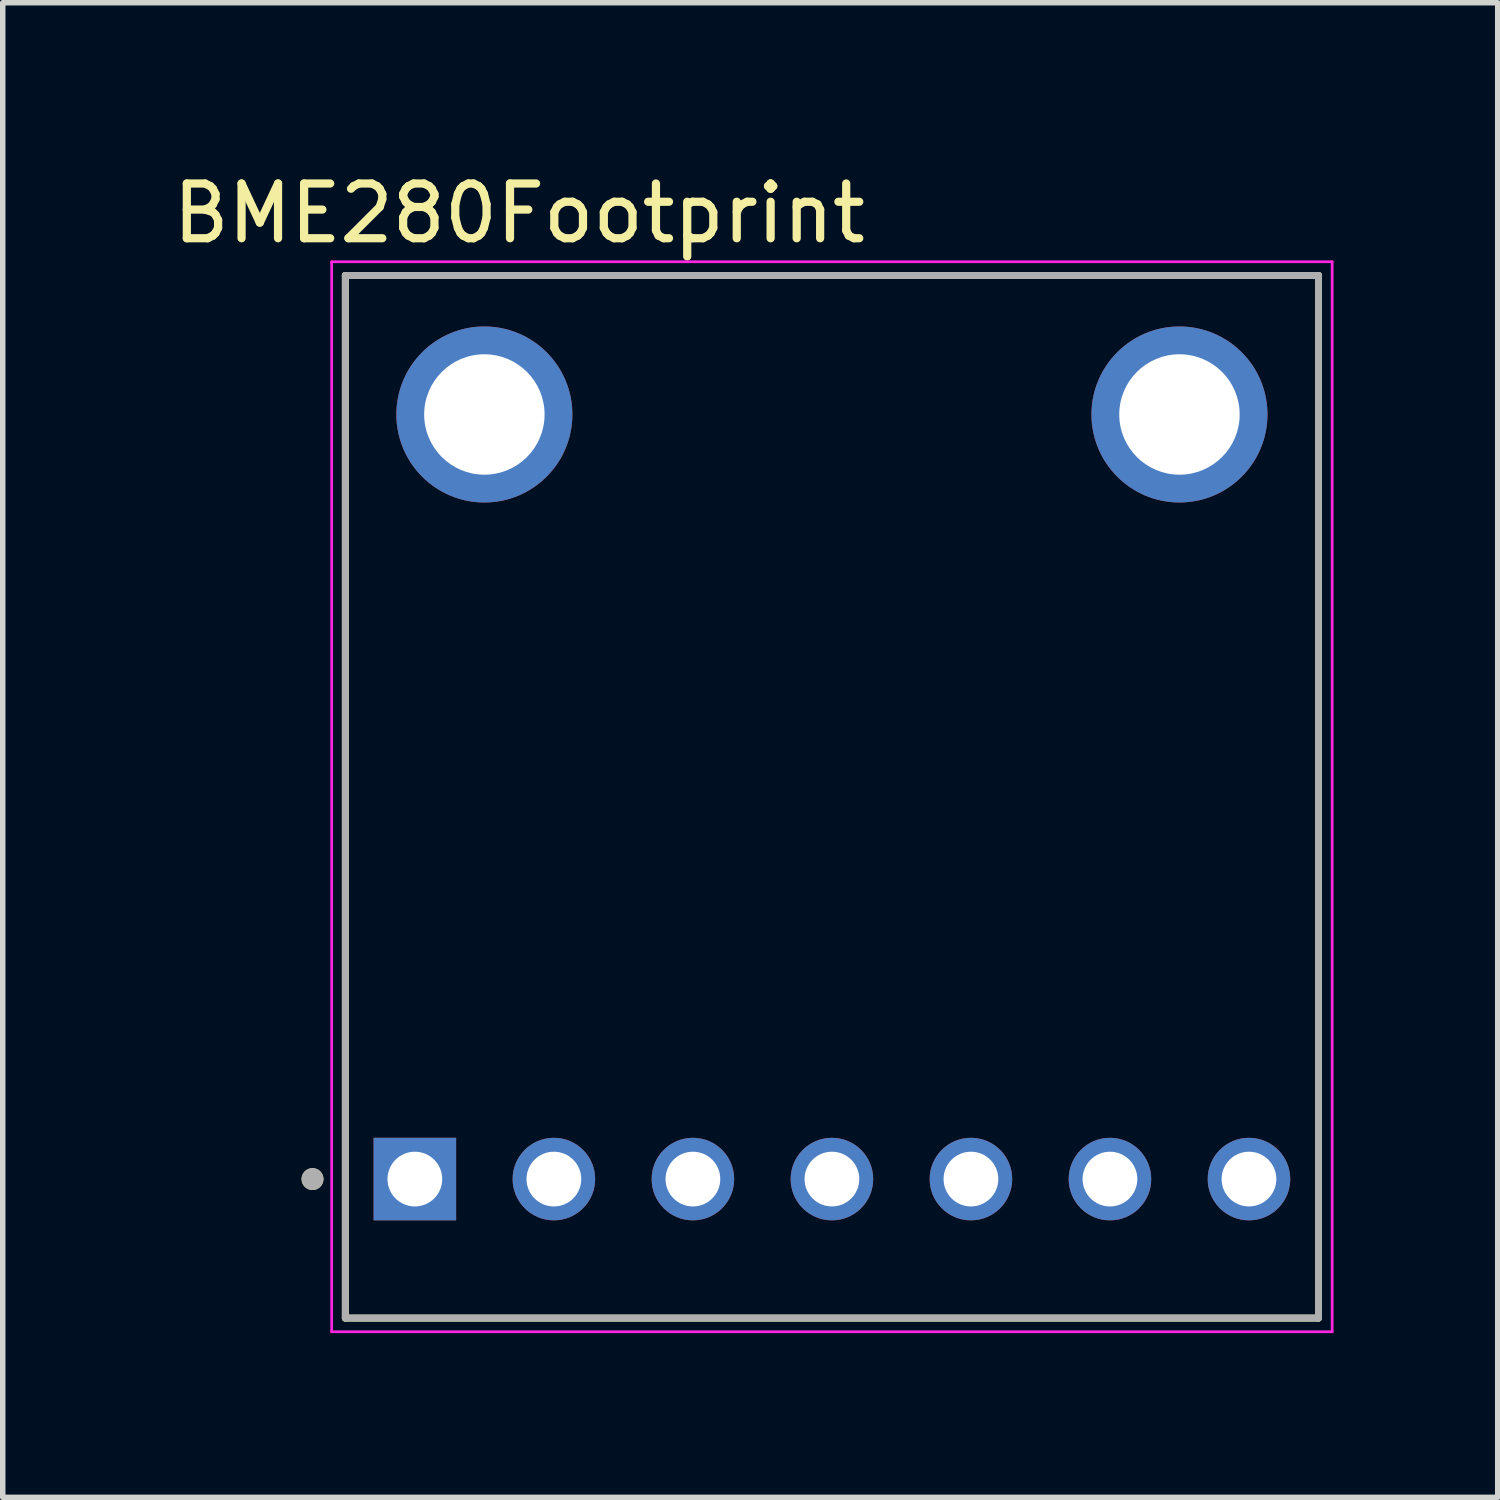
<source format=kicad_pcb>
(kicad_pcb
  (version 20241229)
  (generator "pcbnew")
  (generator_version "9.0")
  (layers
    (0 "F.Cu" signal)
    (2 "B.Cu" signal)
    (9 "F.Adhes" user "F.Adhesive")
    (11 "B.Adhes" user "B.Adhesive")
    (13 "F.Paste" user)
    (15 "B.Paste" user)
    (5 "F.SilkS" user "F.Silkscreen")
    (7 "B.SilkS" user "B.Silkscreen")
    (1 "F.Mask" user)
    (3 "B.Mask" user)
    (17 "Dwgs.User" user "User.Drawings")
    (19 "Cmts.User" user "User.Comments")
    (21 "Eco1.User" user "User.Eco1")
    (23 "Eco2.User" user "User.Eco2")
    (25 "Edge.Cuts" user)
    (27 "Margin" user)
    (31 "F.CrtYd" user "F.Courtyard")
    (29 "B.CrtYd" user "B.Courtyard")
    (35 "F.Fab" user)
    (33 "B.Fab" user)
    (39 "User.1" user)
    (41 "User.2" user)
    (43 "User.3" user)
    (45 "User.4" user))
  (footprint "BME280Footprint"
    (layer "F.Cu")
    (at 12.15 11.508)
    (property "Reference" "BME280Footprint" (at -5.715 -10.66 0) (layer "F.SilkS") (effects (font (size 1 1) (thickness 0.15))))
    (attr through_hole)
    (fp_line (start -8.89 -9.525) (end 8.89 -9.525) (stroke (width 0.127) (type solid)) (layer "F.SilkS"))
    (fp_line (start -8.89 9.525) (end -8.89 -9.525) (stroke (width 0.127) (type solid)) (layer "F.SilkS"))
    (fp_line (start 8.89 -9.525) (end 8.89 9.525) (stroke (width 0.127) (type solid)) (layer "F.SilkS"))
    (fp_line (start 8.89 9.525) (end -8.89 9.525) (stroke (width 0.127) (type solid)) (layer "F.SilkS"))
    (fp_circle (center -9.49 6.985) (end -9.39 6.985) (stroke (width 0.2) (type solid)) (fill no) (layer "F.SilkS"))
    (fp_line (start -9.14 -9.775) (end 9.14 -9.775) (stroke (width 0.05) (type solid)) (layer "F.CrtYd"))
    (fp_line (start -9.14 9.775) (end -9.14 -9.775) (stroke (width 0.05) (type solid)) (layer "F.CrtYd"))
    (fp_line (start 9.14 -9.775) (end 9.14 9.775) (stroke (width 0.05) (type solid)) (layer "F.CrtYd"))
    (fp_line (start 9.14 9.775) (end -9.14 9.775) (stroke (width 0.05) (type solid)) (layer "F.CrtYd"))
    (fp_line (start -8.89 -9.525) (end 8.89 -9.525) (stroke (width 0.127) (type solid)) (layer "F.Fab"))
    (fp_line (start -8.89 9.525) (end -8.89 -9.525) (stroke (width 0.127) (type solid)) (layer "F.Fab"))
    (fp_line (start 8.89 -9.525) (end 8.89 9.525) (stroke (width 0.127) (type solid)) (layer "F.Fab"))
    (fp_line (start 8.89 9.525) (end -8.89 9.525) (stroke (width 0.127) (type solid)) (layer "F.Fab"))
    (fp_circle (center -9.49 6.985) (end -9.39 6.985) (stroke (width 0.2) (type solid)) (fill no) (layer "F.Fab"))
    (pad "1" thru_hole rect (at -7.62 6.985) (size 1.508 1.508) (drill 1) (layers "*.Cu" "*.Mask"))
    (pad "2" thru_hole circle (at -5.08 6.985) (size 1.508 1.508) (drill 1) (layers "*.Cu" "*.Mask"))
    (pad "3" thru_hole circle (at -2.54 6.985) (size 1.508 1.508) (drill 1) (layers "*.Cu" "*.Mask"))
    (pad "4" thru_hole circle (at 0 6.985) (size 1.508 1.508) (drill 1) (layers "*.Cu" "*.Mask"))
    (pad "5" thru_hole circle (at 2.54 6.985) (size 1.508 1.508) (drill 1) (layers "*.Cu" "*.Mask"))
    (pad "6" thru_hole circle (at 5.08 6.985) (size 1.508 1.508) (drill 1) (layers "*.Cu" "*.Mask"))
    (pad "7" thru_hole circle (at 7.62 6.985) (size 1.508 1.508) (drill 1) (layers "*.Cu" "*.Mask"))
    (pad "P1" thru_hole circle (at -6.35 -6.985) (size 3.216 3.216) (drill 2.2) (layers "*.Cu" "*.Mask"))
    (pad "P2" thru_hole circle (at 6.35 -6.985) (size 3.216 3.216) (drill 2.2) (layers "*.Cu" "*.Mask")))
  (gr_rect
    (start -3 -3)
    (end 24.315 24.308)
    (stroke (width 0.1) (type default))
    (fill no)
    (layer "Edge.Cuts")))
</source>
